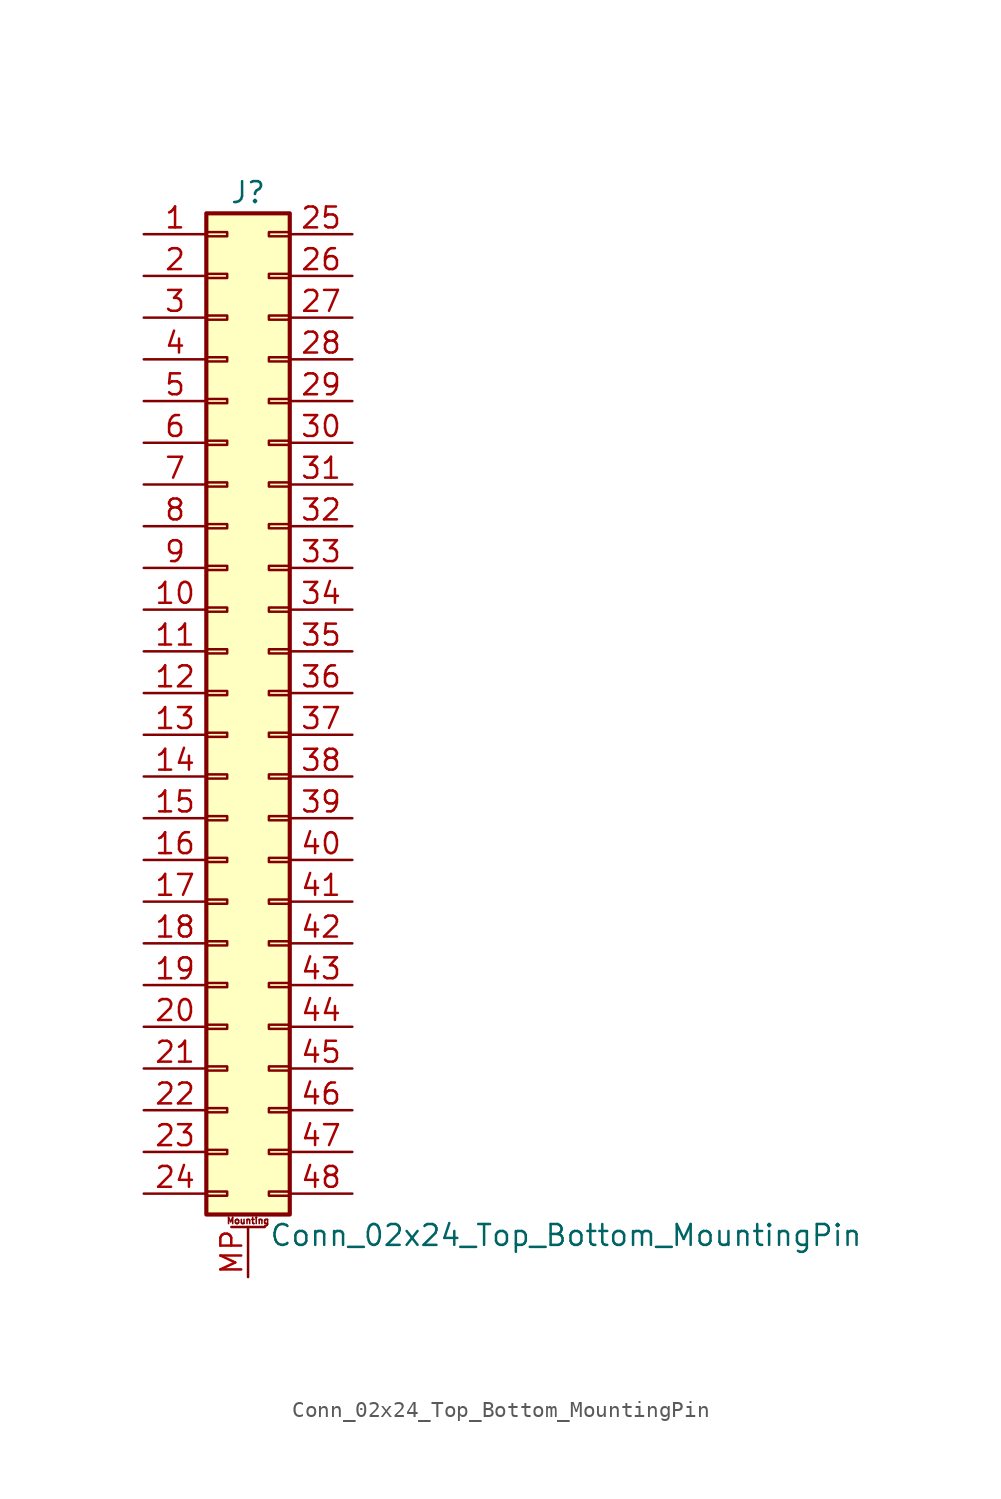
<source format=kicad_sym>
(kicad_symbol_lib
  (version 20220914)
  (generator kicad_symbol_editor)
  (symbol "Conn_02x24_Top_Bottom_MountingPin"
    (pin_names
      (offset 1.016) hide)
    (property "Reference" "J"
      (at 1.27 30.48 0)
      (effects (font (size 1.27 1.27))))
    (property "Value" "Conn_02x24_Top_Bottom_MountingPin"
      (at 2.54 -33.02 0)
      (effects (font (size 1.27 1.27)) (justify left)))
    (symbol "Conn_02x24_Top_Bottom_MountingPin_1_1"
      (rectangle (start -1.27 -30.353) (end 0 -30.607) (stroke (width 0.152) (type default)) (fill (type none)))
      (rectangle (start -1.27 -27.813) (end 0 -28.067) (stroke (width 0.152) (type default)) (fill (type none)))
      (rectangle (start -1.27 -25.273) (end 0 -25.527) (stroke (width 0.152) (type default)) (fill (type none)))
      (rectangle (start -1.27 -22.733) (end 0 -22.987) (stroke (width 0.152) (type default)) (fill (type none)))
      (rectangle (start -1.27 -20.193) (end 0 -20.447) (stroke (width 0.152) (type default)) (fill (type none)))
      (rectangle (start -1.27 -17.653) (end 0 -17.907) (stroke (width 0.152) (type default)) (fill (type none)))
      (rectangle (start -1.27 -15.113) (end 0 -15.367) (stroke (width 0.152) (type default)) (fill (type none)))
      (rectangle (start -1.27 -12.573) (end 0 -12.827) (stroke (width 0.152) (type default)) (fill (type none)))
      (rectangle (start -1.27 -10.033) (end 0 -10.287) (stroke (width 0.152) (type default)) (fill (type none)))
      (rectangle (start -1.27 -7.493) (end 0 -7.747) (stroke (width 0.152) (type default)) (fill (type none)))
      (rectangle (start -1.27 -4.953) (end 0 -5.207) (stroke (width 0.152) (type default)) (fill (type none)))
      (rectangle (start -1.27 -2.413) (end 0 -2.667) (stroke (width 0.152) (type default)) (fill (type none)))
      (rectangle (start -1.27 0.127) (end 0 -0.127) (stroke (width 0.152) (type default)) (fill (type none)))
      (rectangle (start -1.27 2.667) (end 0 2.413) (stroke (width 0.152) (type default)) (fill (type none)))
      (rectangle (start -1.27 5.207) (end 0 4.953) (stroke (width 0.152) (type default)) (fill (type none)))
      (rectangle (start -1.27 7.747) (end 0 7.493) (stroke (width 0.152) (type default)) (fill (type none)))
      (rectangle (start -1.27 10.287) (end 0 10.033) (stroke (width 0.152) (type default)) (fill (type none)))
      (rectangle (start -1.27 12.827) (end 0 12.573) (stroke (width 0.152) (type default)) (fill (type none)))
      (rectangle (start -1.27 15.367) (end 0 15.113) (stroke (width 0.152) (type default)) (fill (type none)))
      (rectangle (start -1.27 17.907) (end 0 17.653) (stroke (width 0.152) (type default)) (fill (type none)))
      (rectangle (start -1.27 20.447) (end 0 20.193) (stroke (width 0.152) (type default)) (fill (type none)))
      (rectangle (start -1.27 22.987) (end 0 22.733) (stroke (width 0.152) (type default)) (fill (type none)))
      (rectangle (start -1.27 25.527) (end 0 25.273) (stroke (width 0.152) (type default)) (fill (type none)))
      (rectangle (start -1.27 28.067) (end 0 27.813) (stroke (width 0.152) (type default)) (fill (type none)))
      (rectangle (start -1.27 29.21) (end 3.81 -31.75) (stroke (width 0.254) (type default)) (fill (type background)))
      (polyline (pts (xy 0.254 -32.512) (xy 2.286 -32.512)) (stroke (width 0.152) (type default)) (fill (type none)))
      (rectangle (start 3.81 -30.353) (end 2.54 -30.607) (stroke (width 0.152) (type default)) (fill (type none)))
      (rectangle (start 3.81 -27.813) (end 2.54 -28.067) (stroke (width 0.152) (type default)) (fill (type none)))
      (rectangle (start 3.81 -25.273) (end 2.54 -25.527) (stroke (width 0.152) (type default)) (fill (type none)))
      (rectangle (start 3.81 -22.733) (end 2.54 -22.987) (stroke (width 0.152) (type default)) (fill (type none)))
      (rectangle (start 3.81 -20.193) (end 2.54 -20.447) (stroke (width 0.152) (type default)) (fill (type none)))
      (rectangle (start 3.81 -17.653) (end 2.54 -17.907) (stroke (width 0.152) (type default)) (fill (type none)))
      (rectangle (start 3.81 -15.113) (end 2.54 -15.367) (stroke (width 0.152) (type default)) (fill (type none)))
      (rectangle (start 3.81 -12.573) (end 2.54 -12.827) (stroke (width 0.152) (type default)) (fill (type none)))
      (rectangle (start 3.81 -10.033) (end 2.54 -10.287) (stroke (width 0.152) (type default)) (fill (type none)))
      (rectangle (start 3.81 -7.493) (end 2.54 -7.747) (stroke (width 0.152) (type default)) (fill (type none)))
      (rectangle (start 3.81 -4.953) (end 2.54 -5.207) (stroke (width 0.152) (type default)) (fill (type none)))
      (rectangle (start 3.81 -2.413) (end 2.54 -2.667) (stroke (width 0.152) (type default)) (fill (type none)))
      (rectangle (start 3.81 0.127) (end 2.54 -0.127) (stroke (width 0.152) (type default)) (fill (type none)))
      (rectangle (start 3.81 2.667) (end 2.54 2.413) (stroke (width 0.152) (type default)) (fill (type none)))
      (rectangle (start 3.81 5.207) (end 2.54 4.953) (stroke (width 0.152) (type default)) (fill (type none)))
      (rectangle (start 3.81 7.747) (end 2.54 7.493) (stroke (width 0.152) (type default)) (fill (type none)))
      (rectangle (start 3.81 10.287) (end 2.54 10.033) (stroke (width 0.152) (type default)) (fill (type none)))
      (rectangle (start 3.81 12.827) (end 2.54 12.573) (stroke (width 0.152) (type default)) (fill (type none)))
      (rectangle (start 3.81 15.367) (end 2.54 15.113) (stroke (width 0.152) (type default)) (fill (type none)))
      (rectangle (start 3.81 17.907) (end 2.54 17.653) (stroke (width 0.152) (type default)) (fill (type none)))
      (rectangle (start 3.81 20.447) (end 2.54 20.193) (stroke (width 0.152) (type default)) (fill (type none)))
      (rectangle (start 3.81 22.987) (end 2.54 22.733) (stroke (width 0.152) (type default)) (fill (type none)))
      (rectangle (start 3.81 25.527) (end 2.54 25.273) (stroke (width 0.152) (type default)) (fill (type none)))
      (rectangle (start 3.81 28.067) (end 2.54 27.813) (stroke (width 0.152) (type default)) (fill (type none)))
      (text "Mounting" (at 1.27 -32.131 0) (effects (font (size 0.381 0.381))))
      (pin passive line (at -5.08 27.94 0) (length 3.81) (name "Pin_1" (effects (font (size 1.27 1.27)))) (number "1" (effects (font (size 1.27 1.27)))))
      (pin passive line (at -5.08 5.08 0) (length 3.81) (name "Pin_10" (effects (font (size 1.27 1.27)))) (number "10" (effects (font (size 1.27 1.27)))))
      (pin passive line (at -5.08 2.54 0) (length 3.81) (name "Pin_11" (effects (font (size 1.27 1.27)))) (number "11" (effects (font (size 1.27 1.27)))))
      (pin passive line (at -5.08 0 0) (length 3.81) (name "Pin_12" (effects (font (size 1.27 1.27)))) (number "12" (effects (font (size 1.27 1.27)))))
      (pin passive line (at -5.08 -2.54 0) (length 3.81) (name "Pin_13" (effects (font (size 1.27 1.27)))) (number "13" (effects (font (size 1.27 1.27)))))
      (pin passive line (at -5.08 -5.08 0) (length 3.81) (name "Pin_14" (effects (font (size 1.27 1.27)))) (number "14" (effects (font (size 1.27 1.27)))))
      (pin passive line (at -5.08 -7.62 0) (length 3.81) (name "Pin_15" (effects (font (size 1.27 1.27)))) (number "15" (effects (font (size 1.27 1.27)))))
      (pin passive line (at -5.08 -10.16 0) (length 3.81) (name "Pin_16" (effects (font (size 1.27 1.27)))) (number "16" (effects (font (size 1.27 1.27)))))
      (pin passive line (at -5.08 -12.7 0) (length 3.81) (name "Pin_17" (effects (font (size 1.27 1.27)))) (number "17" (effects (font (size 1.27 1.27)))))
      (pin passive line (at -5.08 -15.24 0) (length 3.81) (name "Pin_18" (effects (font (size 1.27 1.27)))) (number "18" (effects (font (size 1.27 1.27)))))
      (pin passive line (at -5.08 -17.78 0) (length 3.81) (name "Pin_19" (effects (font (size 1.27 1.27)))) (number "19" (effects (font (size 1.27 1.27)))))
      (pin passive line (at -5.08 25.4 0) (length 3.81) (name "Pin_2" (effects (font (size 1.27 1.27)))) (number "2" (effects (font (size 1.27 1.27)))))
      (pin passive line (at -5.08 -20.32 0) (length 3.81) (name "Pin_20" (effects (font (size 1.27 1.27)))) (number "20" (effects (font (size 1.27 1.27)))))
      (pin passive line (at -5.08 -22.86 0) (length 3.81) (name "Pin_21" (effects (font (size 1.27 1.27)))) (number "21" (effects (font (size 1.27 1.27)))))
      (pin passive line (at -5.08 -25.4 0) (length 3.81) (name "Pin_22" (effects (font (size 1.27 1.27)))) (number "22" (effects (font (size 1.27 1.27)))))
      (pin passive line (at -5.08 -27.94 0) (length 3.81) (name "Pin_23" (effects (font (size 1.27 1.27)))) (number "23" (effects (font (size 1.27 1.27)))))
      (pin passive line (at -5.08 -30.48 0) (length 3.81) (name "Pin_24" (effects (font (size 1.27 1.27)))) (number "24" (effects (font (size 1.27 1.27)))))
      (pin passive line (at 7.62 27.94 180) (length 3.81) (name "Pin_25" (effects (font (size 1.27 1.27)))) (number "25" (effects (font (size 1.27 1.27)))))
      (pin passive line (at 7.62 25.4 180) (length 3.81) (name "Pin_26" (effects (font (size 1.27 1.27)))) (number "26" (effects (font (size 1.27 1.27)))))
      (pin passive line (at 7.62 22.86 180) (length 3.81) (name "Pin_27" (effects (font (size 1.27 1.27)))) (number "27" (effects (font (size 1.27 1.27)))))
      (pin passive line (at 7.62 20.32 180) (length 3.81) (name "Pin_28" (effects (font (size 1.27 1.27)))) (number "28" (effects (font (size 1.27 1.27)))))
      (pin passive line (at 7.62 17.78 180) (length 3.81) (name "Pin_29" (effects (font (size 1.27 1.27)))) (number "29" (effects (font (size 1.27 1.27)))))
      (pin passive line (at -5.08 22.86 0) (length 3.81) (name "Pin_3" (effects (font (size 1.27 1.27)))) (number "3" (effects (font (size 1.27 1.27)))))
      (pin passive line (at 7.62 15.24 180) (length 3.81) (name "Pin_30" (effects (font (size 1.27 1.27)))) (number "30" (effects (font (size 1.27 1.27)))))
      (pin passive line (at 7.62 12.7 180) (length 3.81) (name "Pin_31" (effects (font (size 1.27 1.27)))) (number "31" (effects (font (size 1.27 1.27)))))
      (pin passive line (at 7.62 10.16 180) (length 3.81) (name "Pin_32" (effects (font (size 1.27 1.27)))) (number "32" (effects (font (size 1.27 1.27)))))
      (pin passive line (at 7.62 7.62 180) (length 3.81) (name "Pin_33" (effects (font (size 1.27 1.27)))) (number "33" (effects (font (size 1.27 1.27)))))
      (pin passive line (at 7.62 5.08 180) (length 3.81) (name "Pin_34" (effects (font (size 1.27 1.27)))) (number "34" (effects (font (size 1.27 1.27)))))
      (pin passive line (at 7.62 2.54 180) (length 3.81) (name "Pin_35" (effects (font (size 1.27 1.27)))) (number "35" (effects (font (size 1.27 1.27)))))
      (pin passive line (at 7.62 0 180) (length 3.81) (name "Pin_36" (effects (font (size 1.27 1.27)))) (number "36" (effects (font (size 1.27 1.27)))))
      (pin passive line (at 7.62 -2.54 180) (length 3.81) (name "Pin_37" (effects (font (size 1.27 1.27)))) (number "37" (effects (font (size 1.27 1.27)))))
      (pin passive line (at 7.62 -5.08 180) (length 3.81) (name "Pin_38" (effects (font (size 1.27 1.27)))) (number "38" (effects (font (size 1.27 1.27)))))
      (pin passive line (at 7.62 -7.62 180) (length 3.81) (name "Pin_39" (effects (font (size 1.27 1.27)))) (number "39" (effects (font (size 1.27 1.27)))))
      (pin passive line (at -5.08 20.32 0) (length 3.81) (name "Pin_4" (effects (font (size 1.27 1.27)))) (number "4" (effects (font (size 1.27 1.27)))))
      (pin passive line (at 7.62 -10.16 180) (length 3.81) (name "Pin_40" (effects (font (size 1.27 1.27)))) (number "40" (effects (font (size 1.27 1.27)))))
      (pin passive line (at 7.62 -12.7 180) (length 3.81) (name "Pin_41" (effects (font (size 1.27 1.27)))) (number "41" (effects (font (size 1.27 1.27)))))
      (pin passive line (at 7.62 -15.24 180) (length 3.81) (name "Pin_42" (effects (font (size 1.27 1.27)))) (number "42" (effects (font (size 1.27 1.27)))))
      (pin passive line (at 7.62 -17.78 180) (length 3.81) (name "Pin_43" (effects (font (size 1.27 1.27)))) (number "43" (effects (font (size 1.27 1.27)))))
      (pin passive line (at 7.62 -20.32 180) (length 3.81) (name "Pin_44" (effects (font (size 1.27 1.27)))) (number "44" (effects (font (size 1.27 1.27)))))
      (pin passive line (at 7.62 -22.86 180) (length 3.81) (name "Pin_45" (effects (font (size 1.27 1.27)))) (number "45" (effects (font (size 1.27 1.27)))))
      (pin passive line (at 7.62 -25.4 180) (length 3.81) (name "Pin_46" (effects (font (size 1.27 1.27)))) (number "46" (effects (font (size 1.27 1.27)))))
      (pin passive line (at 7.62 -27.94 180) (length 3.81) (name "Pin_47" (effects (font (size 1.27 1.27)))) (number "47" (effects (font (size 1.27 1.27)))))
      (pin passive line (at 7.62 -30.48 180) (length 3.81) (name "Pin_48" (effects (font (size 1.27 1.27)))) (number "48" (effects (font (size 1.27 1.27)))))
      (pin passive line (at -5.08 17.78 0) (length 3.81) (name "Pin_5" (effects (font (size 1.27 1.27)))) (number "5" (effects (font (size 1.27 1.27)))))
      (pin passive line (at -5.08 15.24 0) (length 3.81) (name "Pin_6" (effects (font (size 1.27 1.27)))) (number "6" (effects (font (size 1.27 1.27)))))
      (pin passive line (at -5.08 12.7 0) (length 3.81) (name "Pin_7" (effects (font (size 1.27 1.27)))) (number "7" (effects (font (size 1.27 1.27)))))
      (pin passive line (at -5.08 10.16 0) (length 3.81) (name "Pin_8" (effects (font (size 1.27 1.27)))) (number "8" (effects (font (size 1.27 1.27)))))
      (pin passive line (at -5.08 7.62 0) (length 3.81) (name "Pin_9" (effects (font (size 1.27 1.27)))) (number "9" (effects (font (size 1.27 1.27)))))
      (pin passive line (at 1.27 -35.56 90) (length 3.048) (name "MountPin" (effects (font (size 1.27 1.27)))) (number "MP" (effects (font (size 1.27 1.27))))))))
</source>
